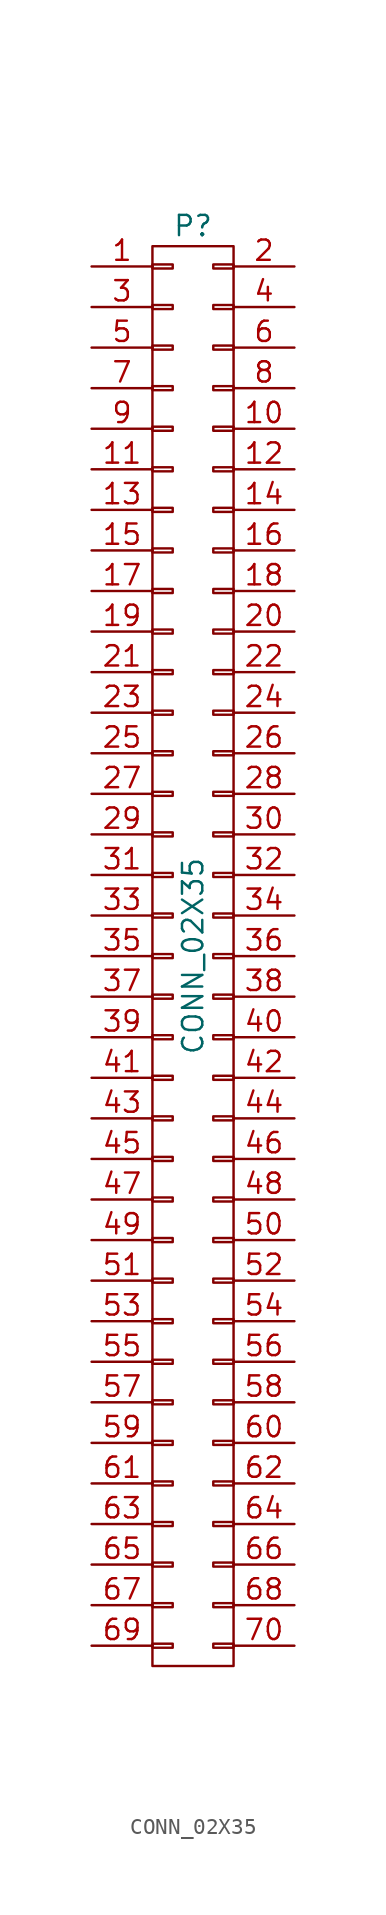
<source format=kicad_sym>
(kicad_symbol_lib
  (version 20211014)
  (generator kicad_symbol_editor)
  (symbol "CONN_02X35"
    (pin_names
      (offset 0.025) hide)
    (property "Reference" "P"
      (at 0 45.72 0)
      (effects (font (size 1.27 1.27))))
    (property "Value" "CONN_02X35"
      (at 0 0 90)
      (effects (font (size 1.27 1.27))))
    (property "Footprint" ""
      (at 0 -6.35 0)
      (effects (font (size 1.27 1.27))))
    (property "Datasheet" ""
      (at 0 -6.35 0)
      (effects (font (size 1.27 1.27))))
    (symbol "CONN_02X35_0_1"
      (rectangle (start -2.54 -43.053) (end -1.27 -43.307) (stroke (width 0) (type default) (color 0 0 0 0)) (fill (type none)))
      (rectangle (start -2.54 -40.513) (end -1.27 -40.767) (stroke (width 0) (type default) (color 0 0 0 0)) (fill (type none)))
      (rectangle (start -2.54 -37.973) (end -1.27 -38.227) (stroke (width 0) (type default) (color 0 0 0 0)) (fill (type none)))
      (rectangle (start -2.54 -35.433) (end -1.27 -35.687) (stroke (width 0) (type default) (color 0 0 0 0)) (fill (type none)))
      (rectangle (start -2.54 -32.893) (end -1.27 -33.147) (stroke (width 0) (type default) (color 0 0 0 0)) (fill (type none)))
      (rectangle (start -2.54 -30.353) (end -1.27 -30.607) (stroke (width 0) (type default) (color 0 0 0 0)) (fill (type none)))
      (rectangle (start -2.54 -27.813) (end -1.27 -28.067) (stroke (width 0) (type default) (color 0 0 0 0)) (fill (type none)))
      (rectangle (start -2.54 -25.273) (end -1.27 -25.527) (stroke (width 0) (type default) (color 0 0 0 0)) (fill (type none)))
      (rectangle (start -2.54 -22.733) (end -1.27 -22.987) (stroke (width 0) (type default) (color 0 0 0 0)) (fill (type none)))
      (rectangle (start -2.54 -20.193) (end -1.27 -20.447) (stroke (width 0) (type default) (color 0 0 0 0)) (fill (type none)))
      (rectangle (start -2.54 -17.653) (end -1.27 -17.907) (stroke (width 0) (type default) (color 0 0 0 0)) (fill (type none)))
      (rectangle (start -2.54 -15.113) (end -1.27 -15.367) (stroke (width 0) (type default) (color 0 0 0 0)) (fill (type none)))
      (rectangle (start -2.54 -12.573) (end -1.27 -12.827) (stroke (width 0) (type default) (color 0 0 0 0)) (fill (type none)))
      (rectangle (start -2.54 -10.033) (end -1.27 -10.287) (stroke (width 0) (type default) (color 0 0 0 0)) (fill (type none)))
      (rectangle (start -2.54 -7.493) (end -1.27 -7.747) (stroke (width 0) (type default) (color 0 0 0 0)) (fill (type none)))
      (rectangle (start -2.54 -4.953) (end -1.27 -5.207) (stroke (width 0) (type default) (color 0 0 0 0)) (fill (type none)))
      (rectangle (start -2.54 -2.413) (end -1.27 -2.667) (stroke (width 0) (type default) (color 0 0 0 0)) (fill (type none)))
      (rectangle (start -2.54 0.127) (end -1.27 -0.127) (stroke (width 0) (type default) (color 0 0 0 0)) (fill (type none)))
      (rectangle (start -2.54 2.667) (end -1.27 2.413) (stroke (width 0) (type default) (color 0 0 0 0)) (fill (type none)))
      (rectangle (start -2.54 5.207) (end -1.27 4.953) (stroke (width 0) (type default) (color 0 0 0 0)) (fill (type none)))
      (rectangle (start -2.54 7.747) (end -1.27 7.493) (stroke (width 0) (type default) (color 0 0 0 0)) (fill (type none)))
      (rectangle (start -2.54 10.287) (end -1.27 10.033) (stroke (width 0) (type default) (color 0 0 0 0)) (fill (type none)))
      (rectangle (start -2.54 12.827) (end -1.27 12.573) (stroke (width 0) (type default) (color 0 0 0 0)) (fill (type none)))
      (rectangle (start -2.54 15.367) (end -1.27 15.113) (stroke (width 0) (type default) (color 0 0 0 0)) (fill (type none)))
      (rectangle (start -2.54 17.907) (end -1.27 17.653) (stroke (width 0) (type default) (color 0 0 0 0)) (fill (type none)))
      (rectangle (start -2.54 20.447) (end -1.27 20.193) (stroke (width 0) (type default) (color 0 0 0 0)) (fill (type none)))
      (rectangle (start -2.54 22.987) (end -1.27 22.733) (stroke (width 0) (type default) (color 0 0 0 0)) (fill (type none)))
      (rectangle (start -2.54 25.527) (end -1.27 25.273) (stroke (width 0) (type default) (color 0 0 0 0)) (fill (type none)))
      (rectangle (start -2.54 28.067) (end -1.27 27.813) (stroke (width 0) (type default) (color 0 0 0 0)) (fill (type none)))
      (rectangle (start -2.54 30.607) (end -1.27 30.353) (stroke (width 0) (type default) (color 0 0 0 0)) (fill (type none)))
      (rectangle (start -2.54 33.147) (end -1.27 32.893) (stroke (width 0) (type default) (color 0 0 0 0)) (fill (type none)))
      (rectangle (start -2.54 35.687) (end -1.27 35.433) (stroke (width 0) (type default) (color 0 0 0 0)) (fill (type none)))
      (rectangle (start -2.54 38.227) (end -1.27 37.973) (stroke (width 0) (type default) (color 0 0 0 0)) (fill (type none)))
      (rectangle (start -2.54 40.767) (end -1.27 40.513) (stroke (width 0) (type default) (color 0 0 0 0)) (fill (type none)))
      (rectangle (start -2.54 43.307) (end -1.27 43.053) (stroke (width 0) (type default) (color 0 0 0 0)) (fill (type none)))
      (rectangle (start -2.54 44.45) (end 2.54 -44.45) (stroke (width 0) (type default) (color 0 0 0 0)) (fill (type none)))
      (rectangle (start 1.27 -43.053) (end 2.54 -43.307) (stroke (width 0) (type default) (color 0 0 0 0)) (fill (type none)))
      (rectangle (start 1.27 -40.513) (end 2.54 -40.767) (stroke (width 0) (type default) (color 0 0 0 0)) (fill (type none)))
      (rectangle (start 1.27 -37.973) (end 2.54 -38.227) (stroke (width 0) (type default) (color 0 0 0 0)) (fill (type none)))
      (rectangle (start 1.27 -35.433) (end 2.54 -35.687) (stroke (width 0) (type default) (color 0 0 0 0)) (fill (type none)))
      (rectangle (start 1.27 -32.893) (end 2.54 -33.147) (stroke (width 0) (type default) (color 0 0 0 0)) (fill (type none)))
      (rectangle (start 1.27 -30.353) (end 2.54 -30.607) (stroke (width 0) (type default) (color 0 0 0 0)) (fill (type none)))
      (rectangle (start 1.27 -27.813) (end 2.54 -28.067) (stroke (width 0) (type default) (color 0 0 0 0)) (fill (type none)))
      (rectangle (start 1.27 -25.273) (end 2.54 -25.527) (stroke (width 0) (type default) (color 0 0 0 0)) (fill (type none)))
      (rectangle (start 1.27 -22.733) (end 2.54 -22.987) (stroke (width 0) (type default) (color 0 0 0 0)) (fill (type none)))
      (rectangle (start 1.27 -20.193) (end 2.54 -20.447) (stroke (width 0) (type default) (color 0 0 0 0)) (fill (type none)))
      (rectangle (start 1.27 -17.653) (end 2.54 -17.907) (stroke (width 0) (type default) (color 0 0 0 0)) (fill (type none)))
      (rectangle (start 1.27 -15.113) (end 2.54 -15.367) (stroke (width 0) (type default) (color 0 0 0 0)) (fill (type none)))
      (rectangle (start 1.27 -12.573) (end 2.54 -12.827) (stroke (width 0) (type default) (color 0 0 0 0)) (fill (type none)))
      (rectangle (start 1.27 -10.033) (end 2.54 -10.287) (stroke (width 0) (type default) (color 0 0 0 0)) (fill (type none)))
      (rectangle (start 1.27 -7.493) (end 2.54 -7.747) (stroke (width 0) (type default) (color 0 0 0 0)) (fill (type none)))
      (rectangle (start 1.27 -4.953) (end 2.54 -5.207) (stroke (width 0) (type default) (color 0 0 0 0)) (fill (type none)))
      (rectangle (start 1.27 -2.413) (end 2.54 -2.667) (stroke (width 0) (type default) (color 0 0 0 0)) (fill (type none)))
      (rectangle (start 1.27 0.127) (end 2.54 -0.127) (stroke (width 0) (type default) (color 0 0 0 0)) (fill (type none)))
      (rectangle (start 1.27 2.667) (end 2.54 2.413) (stroke (width 0) (type default) (color 0 0 0 0)) (fill (type none)))
      (rectangle (start 1.27 5.207) (end 2.54 4.953) (stroke (width 0) (type default) (color 0 0 0 0)) (fill (type none)))
      (rectangle (start 1.27 7.747) (end 2.54 7.493) (stroke (width 0) (type default) (color 0 0 0 0)) (fill (type none)))
      (rectangle (start 1.27 10.287) (end 2.54 10.033) (stroke (width 0) (type default) (color 0 0 0 0)) (fill (type none)))
      (rectangle (start 1.27 12.827) (end 2.54 12.573) (stroke (width 0) (type default) (color 0 0 0 0)) (fill (type none)))
      (rectangle (start 1.27 15.367) (end 2.54 15.113) (stroke (width 0) (type default) (color 0 0 0 0)) (fill (type none)))
      (rectangle (start 1.27 17.907) (end 2.54 17.653) (stroke (width 0) (type default) (color 0 0 0 0)) (fill (type none)))
      (rectangle (start 1.27 20.447) (end 2.54 20.193) (stroke (width 0) (type default) (color 0 0 0 0)) (fill (type none)))
      (rectangle (start 1.27 22.987) (end 2.54 22.733) (stroke (width 0) (type default) (color 0 0 0 0)) (fill (type none)))
      (rectangle (start 1.27 25.527) (end 2.54 25.273) (stroke (width 0) (type default) (color 0 0 0 0)) (fill (type none)))
      (rectangle (start 1.27 28.067) (end 2.54 27.813) (stroke (width 0) (type default) (color 0 0 0 0)) (fill (type none)))
      (rectangle (start 1.27 30.607) (end 2.54 30.353) (stroke (width 0) (type default) (color 0 0 0 0)) (fill (type none)))
      (rectangle (start 1.27 33.147) (end 2.54 32.893) (stroke (width 0) (type default) (color 0 0 0 0)) (fill (type none)))
      (rectangle (start 1.27 35.687) (end 2.54 35.433) (stroke (width 0) (type default) (color 0 0 0 0)) (fill (type none)))
      (rectangle (start 1.27 38.227) (end 2.54 37.973) (stroke (width 0) (type default) (color 0 0 0 0)) (fill (type none)))
      (rectangle (start 1.27 40.767) (end 2.54 40.513) (stroke (width 0) (type default) (color 0 0 0 0)) (fill (type none)))
      (rectangle (start 1.27 43.307) (end 2.54 43.053) (stroke (width 0) (type default) (color 0 0 0 0)) (fill (type none))))
    (symbol "CONN_02X35_1_1"
      (pin passive line (at -6.35 43.18 0) (length 3.81) (name "P1" (effects (font (size 1.27 1.27)))) (number "1" (effects (font (size 1.27 1.27)))))
      (pin passive line (at 6.35 33.02 180) (length 3.81) (name "P10" (effects (font (size 1.27 1.27)))) (number "10" (effects (font (size 1.27 1.27)))))
      (pin passive line (at -6.35 30.48 0) (length 3.81) (name "P11" (effects (font (size 1.27 1.27)))) (number "11" (effects (font (size 1.27 1.27)))))
      (pin passive line (at 6.35 30.48 180) (length 3.81) (name "P12" (effects (font (size 1.27 1.27)))) (number "12" (effects (font (size 1.27 1.27)))))
      (pin passive line (at -6.35 27.94 0) (length 3.81) (name "P13" (effects (font (size 1.27 1.27)))) (number "13" (effects (font (size 1.27 1.27)))))
      (pin passive line (at 6.35 27.94 180) (length 3.81) (name "P14" (effects (font (size 1.27 1.27)))) (number "14" (effects (font (size 1.27 1.27)))))
      (pin passive line (at -6.35 25.4 0) (length 3.81) (name "P15" (effects (font (size 1.27 1.27)))) (number "15" (effects (font (size 1.27 1.27)))))
      (pin passive line (at 6.35 25.4 180) (length 3.81) (name "P16" (effects (font (size 1.27 1.27)))) (number "16" (effects (font (size 1.27 1.27)))))
      (pin passive line (at -6.35 22.86 0) (length 3.81) (name "P17" (effects (font (size 1.27 1.27)))) (number "17" (effects (font (size 1.27 1.27)))))
      (pin passive line (at 6.35 22.86 180) (length 3.81) (name "P18" (effects (font (size 1.27 1.27)))) (number "18" (effects (font (size 1.27 1.27)))))
      (pin passive line (at -6.35 20.32 0) (length 3.81) (name "P19" (effects (font (size 1.27 1.27)))) (number "19" (effects (font (size 1.27 1.27)))))
      (pin passive line (at 6.35 43.18 180) (length 3.81) (name "P2" (effects (font (size 1.27 1.27)))) (number "2" (effects (font (size 1.27 1.27)))))
      (pin passive line (at 6.35 20.32 180) (length 3.81) (name "P20" (effects (font (size 1.27 1.27)))) (number "20" (effects (font (size 1.27 1.27)))))
      (pin passive line (at -6.35 17.78 0) (length 3.81) (name "P21" (effects (font (size 1.27 1.27)))) (number "21" (effects (font (size 1.27 1.27)))))
      (pin passive line (at 6.35 17.78 180) (length 3.81) (name "P22" (effects (font (size 1.27 1.27)))) (number "22" (effects (font (size 1.27 1.27)))))
      (pin passive line (at -6.35 15.24 0) (length 3.81) (name "P23" (effects (font (size 1.27 1.27)))) (number "23" (effects (font (size 1.27 1.27)))))
      (pin passive line (at 6.35 15.24 180) (length 3.81) (name "P24" (effects (font (size 1.27 1.27)))) (number "24" (effects (font (size 1.27 1.27)))))
      (pin passive line (at -6.35 12.7 0) (length 3.81) (name "P25" (effects (font (size 1.27 1.27)))) (number "25" (effects (font (size 1.27 1.27)))))
      (pin passive line (at 6.35 12.7 180) (length 3.81) (name "P26" (effects (font (size 1.27 1.27)))) (number "26" (effects (font (size 1.27 1.27)))))
      (pin passive line (at -6.35 10.16 0) (length 3.81) (name "P27" (effects (font (size 1.27 1.27)))) (number "27" (effects (font (size 1.27 1.27)))))
      (pin passive line (at 6.35 10.16 180) (length 3.81) (name "P28" (effects (font (size 1.27 1.27)))) (number "28" (effects (font (size 1.27 1.27)))))
      (pin passive line (at -6.35 7.62 0) (length 3.81) (name "P29" (effects (font (size 1.27 1.27)))) (number "29" (effects (font (size 1.27 1.27)))))
      (pin passive line (at -6.35 40.64 0) (length 3.81) (name "P3" (effects (font (size 1.27 1.27)))) (number "3" (effects (font (size 1.27 1.27)))))
      (pin passive line (at 6.35 7.62 180) (length 3.81) (name "P30" (effects (font (size 1.27 1.27)))) (number "30" (effects (font (size 1.27 1.27)))))
      (pin passive line (at -6.35 5.08 0) (length 3.81) (name "P31" (effects (font (size 1.27 1.27)))) (number "31" (effects (font (size 1.27 1.27)))))
      (pin passive line (at 6.35 5.08 180) (length 3.81) (name "P32" (effects (font (size 1.27 1.27)))) (number "32" (effects (font (size 1.27 1.27)))))
      (pin passive line (at -6.35 2.54 0) (length 3.81) (name "P33" (effects (font (size 1.27 1.27)))) (number "33" (effects (font (size 1.27 1.27)))))
      (pin passive line (at 6.35 2.54 180) (length 3.81) (name "P34" (effects (font (size 1.27 1.27)))) (number "34" (effects (font (size 1.27 1.27)))))
      (pin passive line (at -6.35 0 0) (length 3.81) (name "P35" (effects (font (size 1.27 1.27)))) (number "35" (effects (font (size 1.27 1.27)))))
      (pin passive line (at 6.35 0 180) (length 3.81) (name "P36" (effects (font (size 1.27 1.27)))) (number "36" (effects (font (size 1.27 1.27)))))
      (pin passive line (at -6.35 -2.54 0) (length 3.81) (name "P37" (effects (font (size 1.27 1.27)))) (number "37" (effects (font (size 1.27 1.27)))))
      (pin passive line (at 6.35 -2.54 180) (length 3.81) (name "P38" (effects (font (size 1.27 1.27)))) (number "38" (effects (font (size 1.27 1.27)))))
      (pin passive line (at -6.35 -5.08 0) (length 3.81) (name "P39" (effects (font (size 1.27 1.27)))) (number "39" (effects (font (size 1.27 1.27)))))
      (pin passive line (at 6.35 40.64 180) (length 3.81) (name "P4" (effects (font (size 1.27 1.27)))) (number "4" (effects (font (size 1.27 1.27)))))
      (pin passive line (at 6.35 -5.08 180) (length 3.81) (name "P40" (effects (font (size 1.27 1.27)))) (number "40" (effects (font (size 1.27 1.27)))))
      (pin passive line (at -6.35 -7.62 0) (length 3.81) (name "P41" (effects (font (size 1.27 1.27)))) (number "41" (effects (font (size 1.27 1.27)))))
      (pin passive line (at 6.35 -7.62 180) (length 3.81) (name "P42" (effects (font (size 1.27 1.27)))) (number "42" (effects (font (size 1.27 1.27)))))
      (pin passive line (at -6.35 -10.16 0) (length 3.81) (name "P43" (effects (font (size 1.27 1.27)))) (number "43" (effects (font (size 1.27 1.27)))))
      (pin passive line (at 6.35 -10.16 180) (length 3.81) (name "P44" (effects (font (size 1.27 1.27)))) (number "44" (effects (font (size 1.27 1.27)))))
      (pin passive line (at -6.35 -12.7 0) (length 3.81) (name "P45" (effects (font (size 1.27 1.27)))) (number "45" (effects (font (size 1.27 1.27)))))
      (pin passive line (at 6.35 -12.7 180) (length 3.81) (name "P46" (effects (font (size 1.27 1.27)))) (number "46" (effects (font (size 1.27 1.27)))))
      (pin passive line (at -6.35 -15.24 0) (length 3.81) (name "P47" (effects (font (size 1.27 1.27)))) (number "47" (effects (font (size 1.27 1.27)))))
      (pin passive line (at 6.35 -15.24 180) (length 3.81) (name "P48" (effects (font (size 1.27 1.27)))) (number "48" (effects (font (size 1.27 1.27)))))
      (pin passive line (at -6.35 -17.78 0) (length 3.81) (name "P49" (effects (font (size 1.27 1.27)))) (number "49" (effects (font (size 1.27 1.27)))))
      (pin passive line (at -6.35 38.1 0) (length 3.81) (name "P5" (effects (font (size 1.27 1.27)))) (number "5" (effects (font (size 1.27 1.27)))))
      (pin passive line (at 6.35 -17.78 180) (length 3.81) (name "P50" (effects (font (size 1.27 1.27)))) (number "50" (effects (font (size 1.27 1.27)))))
      (pin passive line (at -6.35 -20.32 0) (length 3.81) (name "P51" (effects (font (size 1.27 1.27)))) (number "51" (effects (font (size 1.27 1.27)))))
      (pin passive line (at 6.35 -20.32 180) (length 3.81) (name "P52" (effects (font (size 1.27 1.27)))) (number "52" (effects (font (size 1.27 1.27)))))
      (pin passive line (at -6.35 -22.86 0) (length 3.81) (name "P53" (effects (font (size 1.27 1.27)))) (number "53" (effects (font (size 1.27 1.27)))))
      (pin passive line (at 6.35 -22.86 180) (length 3.81) (name "P54" (effects (font (size 1.27 1.27)))) (number "54" (effects (font (size 1.27 1.27)))))
      (pin passive line (at -6.35 -25.4 0) (length 3.81) (name "P55" (effects (font (size 1.27 1.27)))) (number "55" (effects (font (size 1.27 1.27)))))
      (pin passive line (at 6.35 -25.4 180) (length 3.81) (name "P56" (effects (font (size 1.27 1.27)))) (number "56" (effects (font (size 1.27 1.27)))))
      (pin passive line (at -6.35 -27.94 0) (length 3.81) (name "P57" (effects (font (size 1.27 1.27)))) (number "57" (effects (font (size 1.27 1.27)))))
      (pin passive line (at 6.35 -27.94 180) (length 3.81) (name "P58" (effects (font (size 1.27 1.27)))) (number "58" (effects (font (size 1.27 1.27)))))
      (pin passive line (at -6.35 -30.48 0) (length 3.81) (name "P59" (effects (font (size 1.27 1.27)))) (number "59" (effects (font (size 1.27 1.27)))))
      (pin passive line (at 6.35 38.1 180) (length 3.81) (name "P6" (effects (font (size 1.27 1.27)))) (number "6" (effects (font (size 1.27 1.27)))))
      (pin passive line (at 6.35 -30.48 180) (length 3.81) (name "P60" (effects (font (size 1.27 1.27)))) (number "60" (effects (font (size 1.27 1.27)))))
      (pin passive line (at -6.35 -33.02 0) (length 3.81) (name "P61" (effects (font (size 1.27 1.27)))) (number "61" (effects (font (size 1.27 1.27)))))
      (pin passive line (at 6.35 -33.02 180) (length 3.81) (name "P62" (effects (font (size 1.27 1.27)))) (number "62" (effects (font (size 1.27 1.27)))))
      (pin passive line (at -6.35 -35.56 0) (length 3.81) (name "P63" (effects (font (size 1.27 1.27)))) (number "63" (effects (font (size 1.27 1.27)))))
      (pin passive line (at 6.35 -35.56 180) (length 3.81) (name "P64" (effects (font (size 1.27 1.27)))) (number "64" (effects (font (size 1.27 1.27)))))
      (pin passive line (at -6.35 -38.1 0) (length 3.81) (name "P65" (effects (font (size 1.27 1.27)))) (number "65" (effects (font (size 1.27 1.27)))))
      (pin passive line (at 6.35 -38.1 180) (length 3.81) (name "P66" (effects (font (size 1.27 1.27)))) (number "66" (effects (font (size 1.27 1.27)))))
      (pin passive line (at -6.35 -40.64 0) (length 3.81) (name "P67" (effects (font (size 1.27 1.27)))) (number "67" (effects (font (size 1.27 1.27)))))
      (pin passive line (at 6.35 -40.64 180) (length 3.81) (name "P68" (effects (font (size 1.27 1.27)))) (number "68" (effects (font (size 1.27 1.27)))))
      (pin passive line (at -6.35 -43.18 0) (length 3.81) (name "P69" (effects (font (size 1.27 1.27)))) (number "69" (effects (font (size 1.27 1.27)))))
      (pin passive line (at -6.35 35.56 0) (length 3.81) (name "P7" (effects (font (size 1.27 1.27)))) (number "7" (effects (font (size 1.27 1.27)))))
      (pin passive line (at 6.35 -43.18 180) (length 3.81) (name "P70" (effects (font (size 1.27 1.27)))) (number "70" (effects (font (size 1.27 1.27)))))
      (pin passive line (at 6.35 35.56 180) (length 3.81) (name "P8" (effects (font (size 1.27 1.27)))) (number "8" (effects (font (size 1.27 1.27)))))
      (pin passive line (at -6.35 33.02 0) (length 3.81) (name "P9" (effects (font (size 1.27 1.27)))) (number "9" (effects (font (size 1.27 1.27))))))))
</source>
